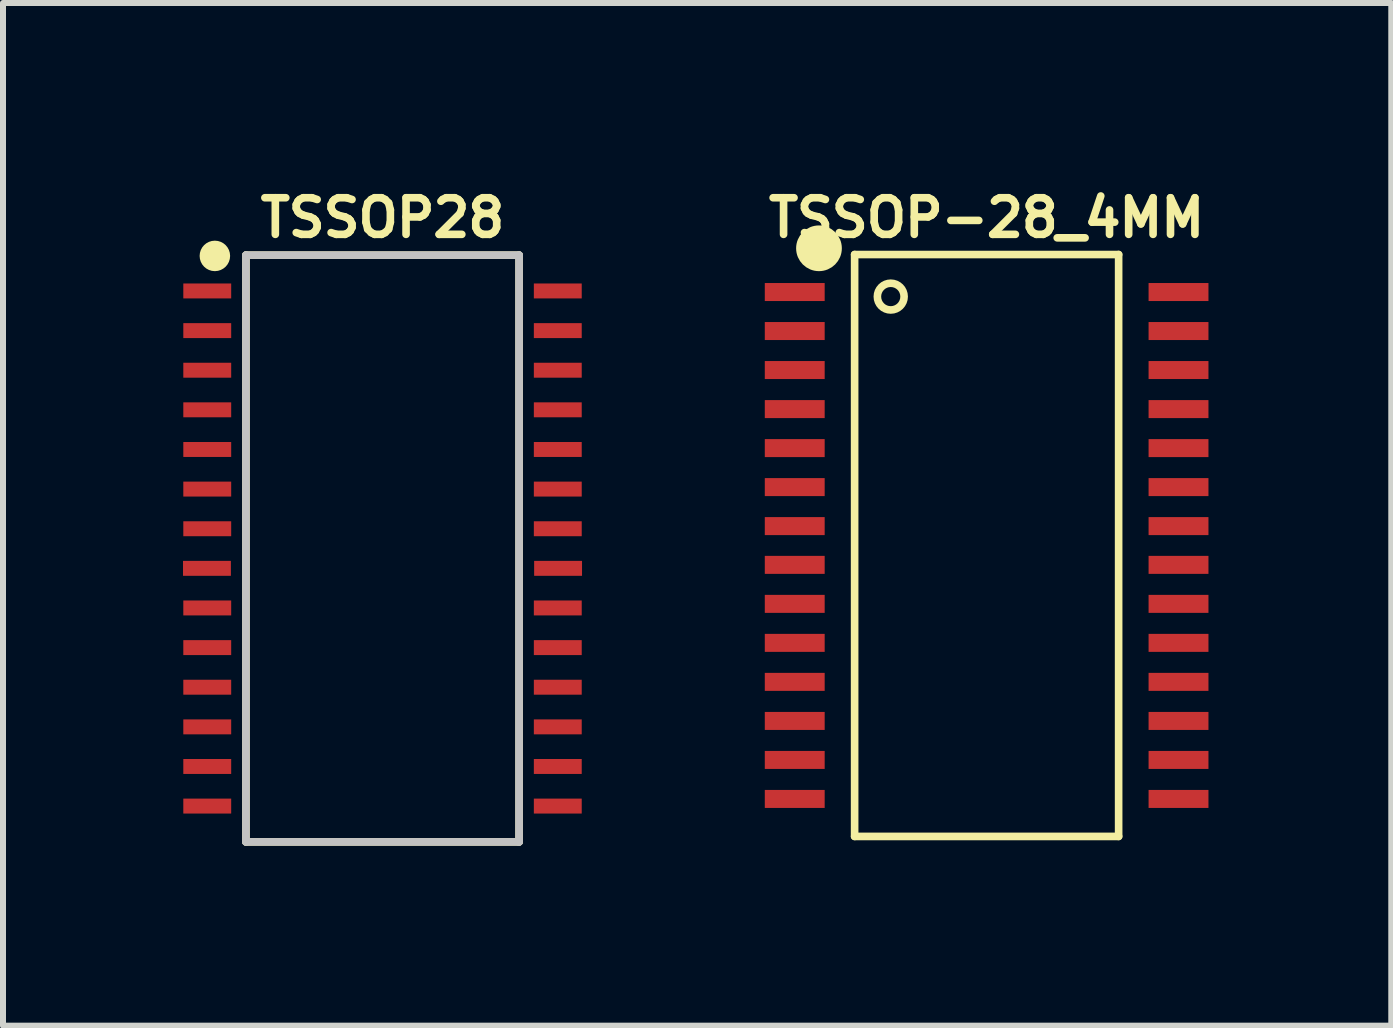
<source format=kicad_pcb>
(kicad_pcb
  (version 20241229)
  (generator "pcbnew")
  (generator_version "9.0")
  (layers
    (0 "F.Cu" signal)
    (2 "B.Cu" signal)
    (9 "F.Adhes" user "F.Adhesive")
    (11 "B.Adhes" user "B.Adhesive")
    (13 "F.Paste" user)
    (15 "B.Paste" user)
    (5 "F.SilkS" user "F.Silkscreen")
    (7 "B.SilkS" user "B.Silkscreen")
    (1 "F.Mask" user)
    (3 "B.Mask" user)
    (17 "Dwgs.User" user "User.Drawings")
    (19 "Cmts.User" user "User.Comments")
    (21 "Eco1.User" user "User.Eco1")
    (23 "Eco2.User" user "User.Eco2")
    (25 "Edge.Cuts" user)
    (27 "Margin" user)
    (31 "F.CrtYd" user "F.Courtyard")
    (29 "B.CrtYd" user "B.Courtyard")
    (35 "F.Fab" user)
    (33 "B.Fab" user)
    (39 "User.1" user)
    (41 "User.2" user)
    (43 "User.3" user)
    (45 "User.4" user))
  (footprint "TSSOP28"
    (layer "F.Cu")
    (at 3.325 6.422)
    (property "Reference" "TSSOP28" (at 0 -5.842 0) (layer "F.SilkS") (effects (font (size 0.61 0.61) (thickness 0.127))))
    (attr smd)
    (fp_line (start -2.276 -5.22) (end 2.276 -5.22) (stroke (width 0.127) (type solid)) (layer "F.SilkS"))
    (fp_line (start -2.276 4.559) (end -2.276 -5.22) (stroke (width 0.127) (type solid)) (layer "F.SilkS"))
    (fp_line (start 2.276 -5.22) (end 2.276 4.559) (stroke (width 0.127) (type solid)) (layer "F.SilkS"))
    (fp_line (start 2.276 4.559) (end -2.276 4.559) (stroke (width 0.127) (type solid)) (layer "F.SilkS"))
    (fp_circle (center -2.794 -5.207) (end -2.667 -5.207) (stroke (width 0.254) (type solid)) (fill no) (layer "F.SilkS"))
    (fp_line (start -2.276 -5.22) (end -2.276 4.559) (stroke (width 0.127) (type solid)) (layer "Dwgs.User"))
    (fp_line (start -2.276 4.559) (end 2.276 4.559) (stroke (width 0.127) (type solid)) (layer "Dwgs.User"))
    (fp_line (start 2.276 -5.22) (end -2.276 -5.22) (stroke (width 0.127) (type solid)) (layer "Dwgs.User"))
    (fp_line (start 2.276 4.559) (end 2.276 -5.22) (stroke (width 0.127) (type solid)) (layer "Dwgs.User"))
    (pad "1" smd rect (at -2.921 -4.623) (size 0.798 0.249) (layers "F.Cu" "F.Mask" "F.Paste"))
    (pad "2" smd rect (at -2.921 -3.962) (size 0.798 0.249) (layers "F.Cu" "F.Mask" "F.Paste"))
    (pad "3" smd rect (at -2.921 -3.302) (size 0.798 0.249) (layers "F.Cu" "F.Mask" "F.Paste"))
    (pad "4" smd rect (at -2.921 -2.642) (size 0.798 0.249) (layers "F.Cu" "F.Mask" "F.Paste"))
    (pad "5" smd rect (at -2.921 -1.981) (size 0.798 0.249) (layers "F.Cu" "F.Mask" "F.Paste"))
    (pad "6" smd rect (at -2.921 -1.321) (size 0.798 0.249) (layers "F.Cu" "F.Mask" "F.Paste"))
    (pad "7" smd rect (at -2.921 -0.66) (size 0.798 0.249) (layers "F.Cu" "F.Mask" "F.Paste"))
    (pad "8" smd rect (at -2.926 0) (size 0.798 0.249) (layers "F.Cu" "F.Mask" "F.Paste"))
    (pad "9" smd rect (at -2.921 0.66) (size 0.798 0.249) (layers "F.Cu" "F.Mask" "F.Paste"))
    (pad "10" smd rect (at -2.921 1.321) (size 0.798 0.249) (layers "F.Cu" "F.Mask" "F.Paste"))
    (pad "11" smd rect (at -2.921 1.981) (size 0.798 0.249) (layers "F.Cu" "F.Mask" "F.Paste"))
    (pad "12" smd rect (at -2.921 2.642) (size 0.798 0.249) (layers "F.Cu" "F.Mask" "F.Paste"))
    (pad "13" smd rect (at -2.921 3.302) (size 0.798 0.249) (layers "F.Cu" "F.Mask" "F.Paste"))
    (pad "14" smd rect (at -2.921 3.962) (size 0.798 0.249) (layers "F.Cu" "F.Mask" "F.Paste"))
    (pad "15" smd rect (at 2.921 3.962) (size 0.798 0.249) (layers "F.Cu" "F.Mask" "F.Paste"))
    (pad "16" smd rect (at 2.921 3.302) (size 0.798 0.249) (layers "F.Cu" "F.Mask" "F.Paste"))
    (pad "17" smd rect (at 2.921 2.642) (size 0.798 0.249) (layers "F.Cu" "F.Mask" "F.Paste"))
    (pad "18" smd rect (at 2.921 1.981) (size 0.798 0.249) (layers "F.Cu" "F.Mask" "F.Paste"))
    (pad "19" smd rect (at 2.921 1.321) (size 0.798 0.249) (layers "F.Cu" "F.Mask" "F.Paste"))
    (pad "20" smd rect (at 2.921 0.66) (size 0.798 0.249) (layers "F.Cu" "F.Mask" "F.Paste"))
    (pad "21" smd rect (at 2.926 0) (size 0.798 0.249) (layers "F.Cu" "F.Mask" "F.Paste"))
    (pad "22" smd rect (at 2.921 -0.66) (size 0.798 0.249) (layers "F.Cu" "F.Mask" "F.Paste"))
    (pad "23" smd rect (at 2.921 -1.321) (size 0.798 0.249) (layers "F.Cu" "F.Mask" "F.Paste"))
    (pad "24" smd rect (at 2.921 -1.981) (size 0.798 0.249) (layers "F.Cu" "F.Mask" "F.Paste"))
    (pad "25" smd rect (at 2.921 -2.642) (size 0.798 0.249) (layers "F.Cu" "F.Mask" "F.Paste"))
    (pad "26" smd rect (at 2.921 -3.302) (size 0.798 0.249) (layers "F.Cu" "F.Mask" "F.Paste"))
    (pad "27" smd rect (at 2.921 -3.962) (size 0.798 0.249) (layers "F.Cu" "F.Mask" "F.Paste"))
    (pad "28" smd rect (at 2.921 -4.623) (size 0.798 0.249) (layers "F.Cu" "F.Mask" "F.Paste")))
  (footprint "TSSOP-28_4MM"
    (layer "F.Cu")
    (at 13.393 6.041)
    (property "Reference" "TSSOP-28_4MM" (at 0 -5.461 0) (layer "F.SilkS") (effects (font (size 0.61 0.61) (thickness 0.127))))
    (attr smd)
    (fp_line (start -2.2 -4.849) (end -2.2 4.849) (stroke (width 0.127) (type solid)) (layer "F.SilkS"))
    (fp_line (start -2.2 -4.849) (end 2.2 -4.849) (stroke (width 0.127) (type solid)) (layer "F.SilkS"))
    (fp_line (start -2.2 4.849) (end 2.2 4.849) (stroke (width 0.127) (type solid)) (layer "F.SilkS"))
    (fp_line (start 2.2 -4.849) (end 2.2 4.849) (stroke (width 0.127) (type solid)) (layer "F.SilkS"))
    (fp_circle (center -2.794 -4.953) (end -2.667 -4.953) (stroke (width 0.254) (type solid)) (fill no) (layer "F.SilkS"))
    (fp_circle (center -2.794 -4.953) (end -2.54 -4.953) (stroke (width 0.254) (type solid)) (fill no) (layer "F.SilkS"))
    (fp_circle (center -1.598 -4.148) (end -1.598 -4.371) (stroke (width 0.127) (type solid)) (fill no) (layer "F.SilkS"))
    (pad "1" smd rect (at -3.198 -4.224) (size 0.998 0.3) (layers "F.Cu" "F.Mask" "F.Paste"))
    (pad "2" smd rect (at -3.198 -3.574) (size 0.998 0.3) (layers "F.Cu" "F.Mask" "F.Paste"))
    (pad "3" smd rect (at -3.198 -2.924) (size 0.998 0.3) (layers "F.Cu" "F.Mask" "F.Paste"))
    (pad "4" smd rect (at -3.198 -2.273) (size 0.998 0.3) (layers "F.Cu" "F.Mask" "F.Paste"))
    (pad "5" smd rect (at -3.198 -1.623) (size 0.998 0.3) (layers "F.Cu" "F.Mask" "F.Paste"))
    (pad "6" smd rect (at -3.198 -0.973) (size 0.998 0.3) (layers "F.Cu" "F.Mask" "F.Paste"))
    (pad "7" smd rect (at -3.198 -0.323) (size 0.998 0.3) (layers "F.Cu" "F.Mask" "F.Paste"))
    (pad "8" smd rect (at -3.198 0.323) (size 0.998 0.3) (layers "F.Cu" "F.Mask" "F.Paste"))
    (pad "9" smd rect (at -3.198 0.973) (size 0.998 0.3) (layers "F.Cu" "F.Mask" "F.Paste"))
    (pad "10" smd rect (at -3.198 1.623) (size 0.998 0.3) (layers "F.Cu" "F.Mask" "F.Paste"))
    (pad "11" smd rect (at -3.198 2.273) (size 0.998 0.3) (layers "F.Cu" "F.Mask" "F.Paste"))
    (pad "12" smd rect (at -3.198 2.924) (size 0.998 0.3) (layers "F.Cu" "F.Mask" "F.Paste"))
    (pad "13" smd rect (at -3.198 3.574) (size 0.998 0.3) (layers "F.Cu" "F.Mask" "F.Paste"))
    (pad "14" smd rect (at -3.198 4.224) (size 0.998 0.3) (layers "F.Cu" "F.Mask" "F.Paste"))
    (pad "15" smd rect (at 3.198 4.224) (size 0.998 0.3) (layers "F.Cu" "F.Mask" "F.Paste"))
    (pad "16" smd rect (at 3.198 3.574) (size 0.998 0.3) (layers "F.Cu" "F.Mask" "F.Paste"))
    (pad "17" smd rect (at 3.198 2.924) (size 0.998 0.3) (layers "F.Cu" "F.Mask" "F.Paste"))
    (pad "18" smd rect (at 3.198 2.273) (size 0.998 0.3) (layers "F.Cu" "F.Mask" "F.Paste"))
    (pad "19" smd rect (at 3.198 1.623) (size 0.998 0.3) (layers "F.Cu" "F.Mask" "F.Paste"))
    (pad "20" smd rect (at 3.198 0.973) (size 0.998 0.3) (layers "F.Cu" "F.Mask" "F.Paste"))
    (pad "21" smd rect (at 3.198 0.323) (size 0.998 0.3) (layers "F.Cu" "F.Mask" "F.Paste"))
    (pad "22" smd rect (at 3.198 -0.323) (size 0.998 0.3) (layers "F.Cu" "F.Mask" "F.Paste"))
    (pad "23" smd rect (at 3.198 -0.973) (size 0.998 0.3) (layers "F.Cu" "F.Mask" "F.Paste"))
    (pad "24" smd rect (at 3.198 -1.623) (size 0.998 0.3) (layers "F.Cu" "F.Mask" "F.Paste"))
    (pad "25" smd rect (at 3.198 -2.273) (size 0.998 0.3) (layers "F.Cu" "F.Mask" "F.Paste"))
    (pad "26" smd rect (at 3.198 -2.924) (size 0.998 0.3) (layers "F.Cu" "F.Mask" "F.Paste"))
    (pad "27" smd rect (at 3.198 -3.574) (size 0.998 0.3) (layers "F.Cu" "F.Mask" "F.Paste"))
    (pad "28" smd rect (at 3.198 -4.224) (size 0.998 0.3) (layers "F.Cu" "F.Mask" "F.Paste")))
  (gr_rect
    (start -3 -3)
    (end 20.137 14.044)
    (stroke (width 0.1) (type default))
    (fill no)
    (layer "Edge.Cuts")))
</source>
